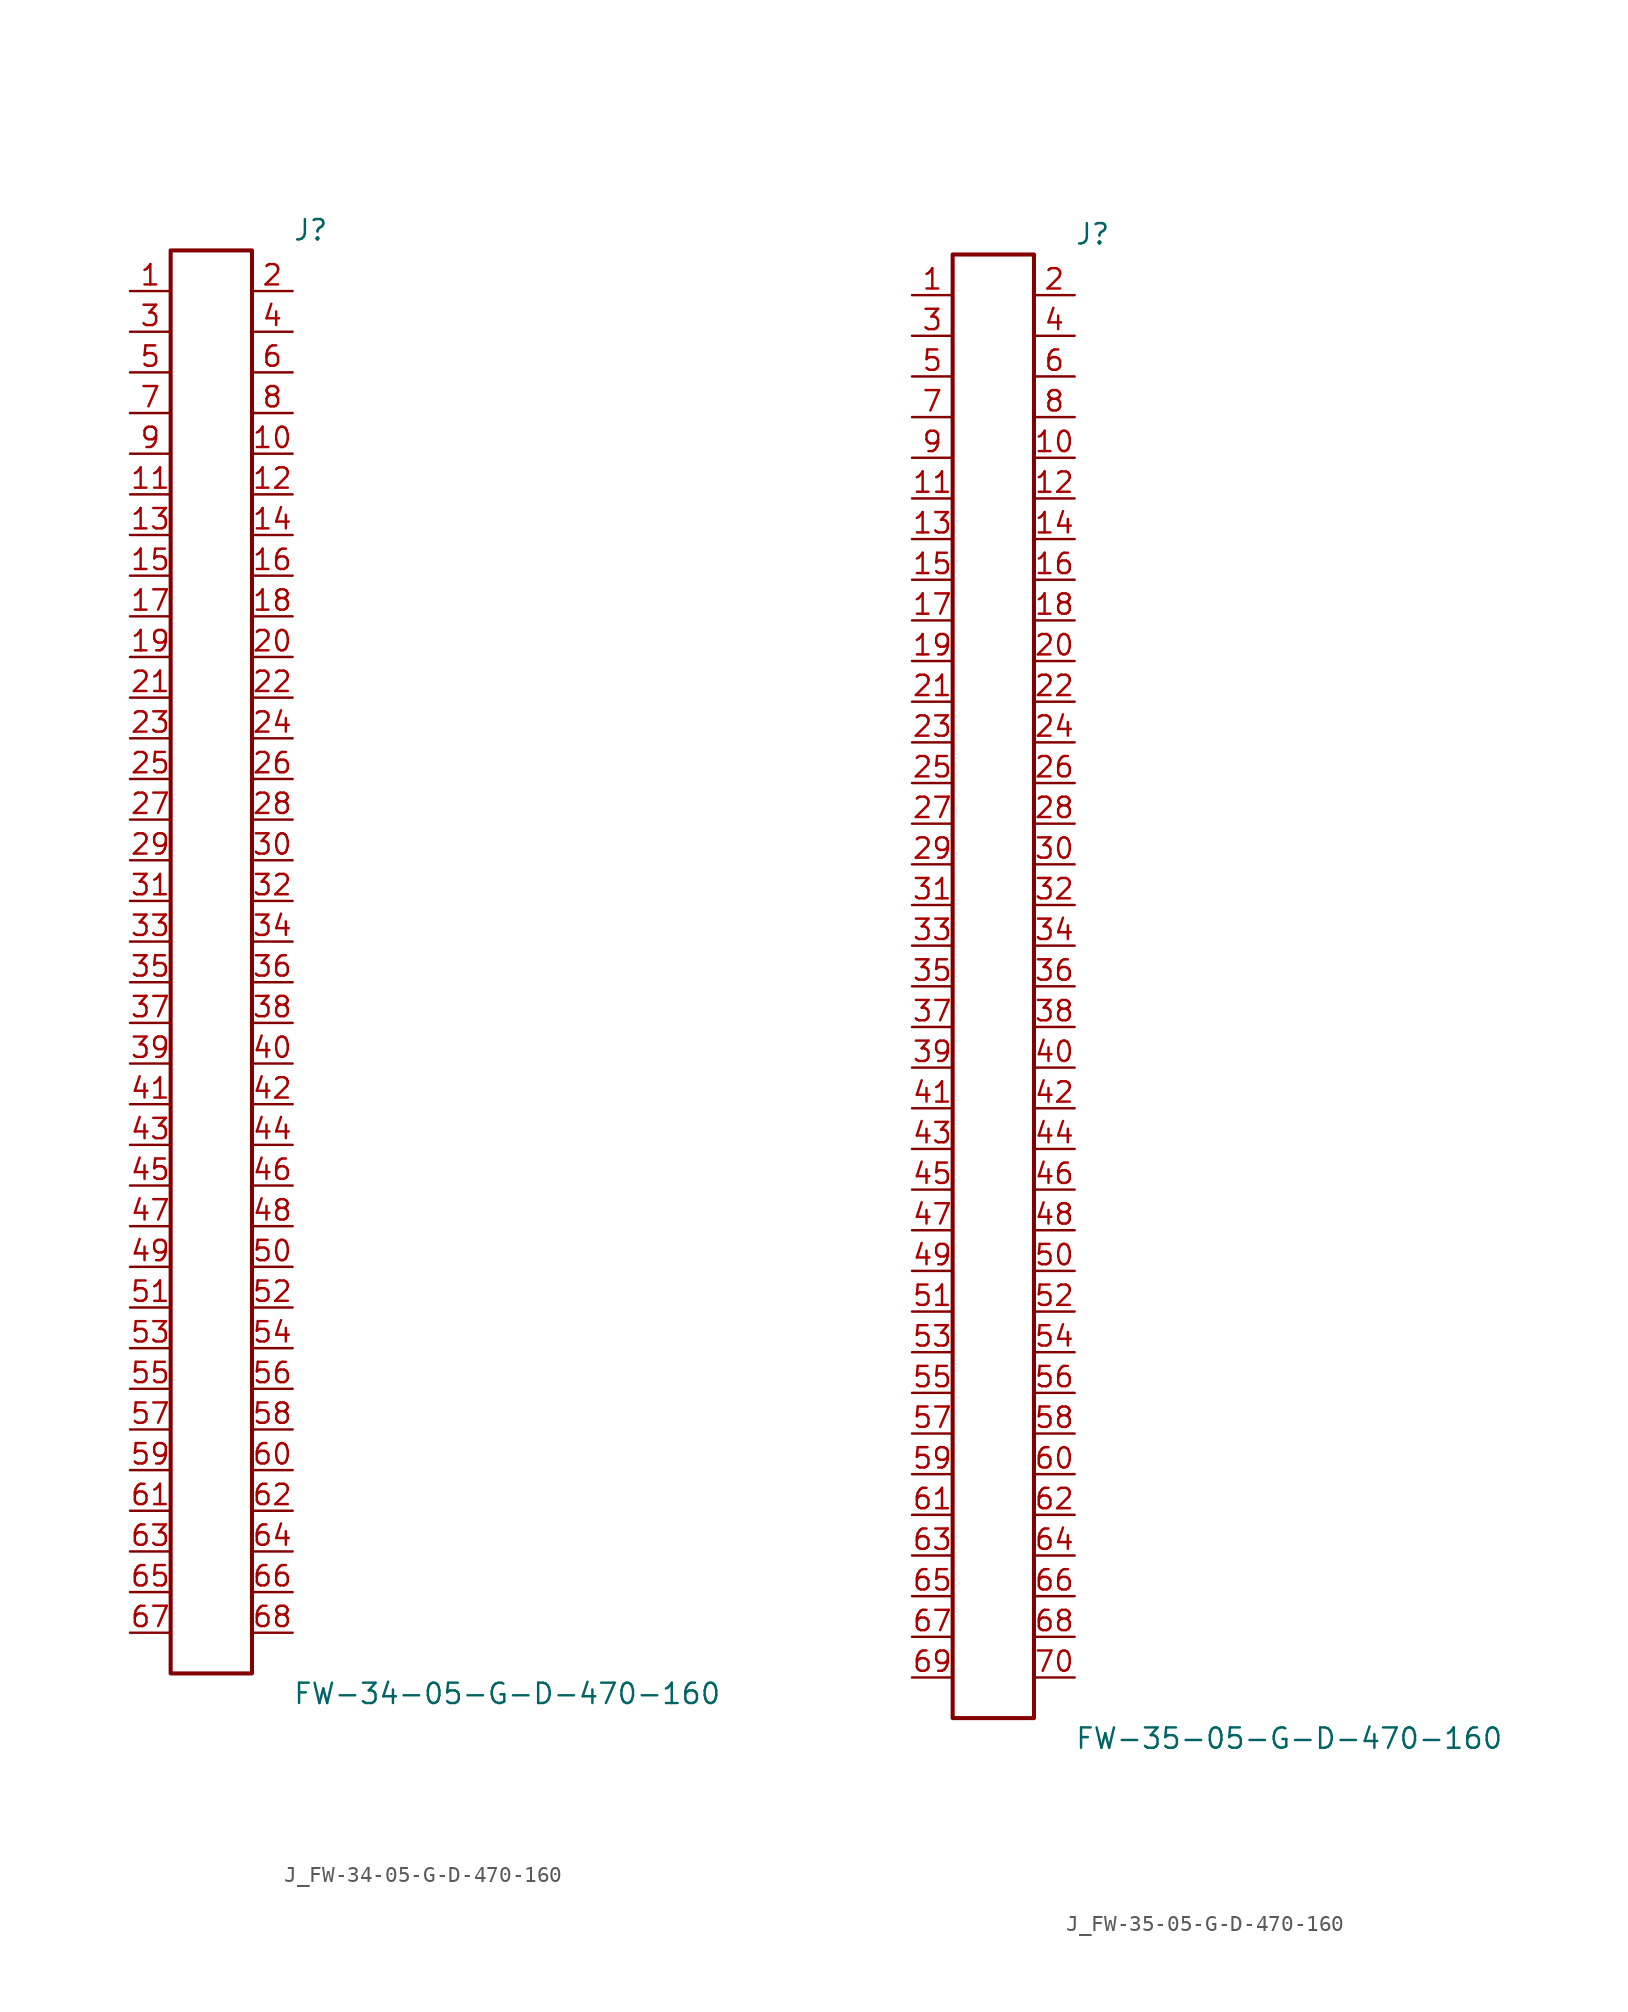
<source format=kicad_sym>
(kicad_symbol_lib
  (version 20231120)
  (generator kicad_symbol_editor)
  (generator_version 8.0)
  (symbol "J_FW-34-05-G-D-470-160"
    (pin_names
      (offset 0.254))
    (property "Reference" "J"
      (at 5.08 45.72 0)
      (effects (font (size 1.27 1.27)) (justify left)))
    (property "Value" "FW-34-05-G-D-470-160"
      (at 5.08 -45.72 0)
      (effects (font (size 1.27 1.27)) (justify left)))
    (symbol "J_FW-34-05-G-D-470-160_0_0"
      (pin unspecified line (at -5.08 41.91 0) (length 2.54) (name "" (effects (font (size 1.27 1.27)))) (number "1" (effects (font (size 1.27 1.27)))))
      (pin unspecified line (at 5.08 41.91 180) (length 2.54) (name "" (effects (font (size 1.27 1.27)))) (number "2" (effects (font (size 1.27 1.27)))))
      (pin unspecified line (at -5.08 39.37 0) (length 2.54) (name "" (effects (font (size 1.27 1.27)))) (number "3" (effects (font (size 1.27 1.27)))))
      (pin unspecified line (at 5.08 39.37 180) (length 2.54) (name "" (effects (font (size 1.27 1.27)))) (number "4" (effects (font (size 1.27 1.27)))))
      (pin unspecified line (at -5.08 36.83 0) (length 2.54) (name "" (effects (font (size 1.27 1.27)))) (number "5" (effects (font (size 1.27 1.27)))))
      (pin unspecified line (at 5.08 36.83 180) (length 2.54) (name "" (effects (font (size 1.27 1.27)))) (number "6" (effects (font (size 1.27 1.27)))))
      (pin unspecified line (at -5.08 34.29 0) (length 2.54) (name "" (effects (font (size 1.27 1.27)))) (number "7" (effects (font (size 1.27 1.27)))))
      (pin unspecified line (at 5.08 34.29 180) (length 2.54) (name "" (effects (font (size 1.27 1.27)))) (number "8" (effects (font (size 1.27 1.27)))))
      (pin unspecified line (at -5.08 31.75 0) (length 2.54) (name "" (effects (font (size 1.27 1.27)))) (number "9" (effects (font (size 1.27 1.27)))))
      (pin unspecified line (at 5.08 31.75 180) (length 2.54) (name "" (effects (font (size 1.27 1.27)))) (number "10" (effects (font (size 1.27 1.27)))))
      (pin unspecified line (at -5.08 29.21 0) (length 2.54) (name "" (effects (font (size 1.27 1.27)))) (number "11" (effects (font (size 1.27 1.27)))))
      (pin unspecified line (at 5.08 29.21 180) (length 2.54) (name "" (effects (font (size 1.27 1.27)))) (number "12" (effects (font (size 1.27 1.27)))))
      (pin unspecified line (at -5.08 26.67 0) (length 2.54) (name "" (effects (font (size 1.27 1.27)))) (number "13" (effects (font (size 1.27 1.27)))))
      (pin unspecified line (at 5.08 26.67 180) (length 2.54) (name "" (effects (font (size 1.27 1.27)))) (number "14" (effects (font (size 1.27 1.27)))))
      (pin unspecified line (at -5.08 24.13 0) (length 2.54) (name "" (effects (font (size 1.27 1.27)))) (number "15" (effects (font (size 1.27 1.27)))))
      (pin unspecified line (at 5.08 24.13 180) (length 2.54) (name "" (effects (font (size 1.27 1.27)))) (number "16" (effects (font (size 1.27 1.27)))))
      (pin unspecified line (at -5.08 21.59 0) (length 2.54) (name "" (effects (font (size 1.27 1.27)))) (number "17" (effects (font (size 1.27 1.27)))))
      (pin unspecified line (at 5.08 21.59 180) (length 2.54) (name "" (effects (font (size 1.27 1.27)))) (number "18" (effects (font (size 1.27 1.27)))))
      (pin unspecified line (at -5.08 19.05 0) (length 2.54) (name "" (effects (font (size 1.27 1.27)))) (number "19" (effects (font (size 1.27 1.27)))))
      (pin unspecified line (at 5.08 19.05 180) (length 2.54) (name "" (effects (font (size 1.27 1.27)))) (number "20" (effects (font (size 1.27 1.27)))))
      (pin unspecified line (at -5.08 16.51 0) (length 2.54) (name "" (effects (font (size 1.27 1.27)))) (number "21" (effects (font (size 1.27 1.27)))))
      (pin unspecified line (at 5.08 16.51 180) (length 2.54) (name "" (effects (font (size 1.27 1.27)))) (number "22" (effects (font (size 1.27 1.27)))))
      (pin unspecified line (at -5.08 13.97 0) (length 2.54) (name "" (effects (font (size 1.27 1.27)))) (number "23" (effects (font (size 1.27 1.27)))))
      (pin unspecified line (at 5.08 13.97 180) (length 2.54) (name "" (effects (font (size 1.27 1.27)))) (number "24" (effects (font (size 1.27 1.27)))))
      (pin unspecified line (at -5.08 11.43 0) (length 2.54) (name "" (effects (font (size 1.27 1.27)))) (number "25" (effects (font (size 1.27 1.27)))))
      (pin unspecified line (at 5.08 11.43 180) (length 2.54) (name "" (effects (font (size 1.27 1.27)))) (number "26" (effects (font (size 1.27 1.27)))))
      (pin unspecified line (at -5.08 8.89 0) (length 2.54) (name "" (effects (font (size 1.27 1.27)))) (number "27" (effects (font (size 1.27 1.27)))))
      (pin unspecified line (at 5.08 8.89 180) (length 2.54) (name "" (effects (font (size 1.27 1.27)))) (number "28" (effects (font (size 1.27 1.27)))))
      (pin unspecified line (at -5.08 6.35 0) (length 2.54) (name "" (effects (font (size 1.27 1.27)))) (number "29" (effects (font (size 1.27 1.27)))))
      (pin unspecified line (at 5.08 6.35 180) (length 2.54) (name "" (effects (font (size 1.27 1.27)))) (number "30" (effects (font (size 1.27 1.27)))))
      (pin unspecified line (at -5.08 3.81 0) (length 2.54) (name "" (effects (font (size 1.27 1.27)))) (number "31" (effects (font (size 1.27 1.27)))))
      (pin unspecified line (at 5.08 3.81 180) (length 2.54) (name "" (effects (font (size 1.27 1.27)))) (number "32" (effects (font (size 1.27 1.27)))))
      (pin unspecified line (at -5.08 1.27 0) (length 2.54) (name "" (effects (font (size 1.27 1.27)))) (number "33" (effects (font (size 1.27 1.27)))))
      (pin unspecified line (at 5.08 1.27 180) (length 2.54) (name "" (effects (font (size 1.27 1.27)))) (number "34" (effects (font (size 1.27 1.27)))))
      (pin unspecified line (at -5.08 -1.27 0) (length 2.54) (name "" (effects (font (size 1.27 1.27)))) (number "35" (effects (font (size 1.27 1.27)))))
      (pin unspecified line (at 5.08 -1.27 180) (length 2.54) (name "" (effects (font (size 1.27 1.27)))) (number "36" (effects (font (size 1.27 1.27)))))
      (pin unspecified line (at -5.08 -3.81 0) (length 2.54) (name "" (effects (font (size 1.27 1.27)))) (number "37" (effects (font (size 1.27 1.27)))))
      (pin unspecified line (at 5.08 -3.81 180) (length 2.54) (name "" (effects (font (size 1.27 1.27)))) (number "38" (effects (font (size 1.27 1.27)))))
      (pin unspecified line (at -5.08 -6.35 0) (length 2.54) (name "" (effects (font (size 1.27 1.27)))) (number "39" (effects (font (size 1.27 1.27)))))
      (pin unspecified line (at 5.08 -6.35 180) (length 2.54) (name "" (effects (font (size 1.27 1.27)))) (number "40" (effects (font (size 1.27 1.27)))))
      (pin unspecified line (at -5.08 -8.89 0) (length 2.54) (name "" (effects (font (size 1.27 1.27)))) (number "41" (effects (font (size 1.27 1.27)))))
      (pin unspecified line (at 5.08 -8.89 180) (length 2.54) (name "" (effects (font (size 1.27 1.27)))) (number "42" (effects (font (size 1.27 1.27)))))
      (pin unspecified line (at -5.08 -11.43 0) (length 2.54) (name "" (effects (font (size 1.27 1.27)))) (number "43" (effects (font (size 1.27 1.27)))))
      (pin unspecified line (at 5.08 -11.43 180) (length 2.54) (name "" (effects (font (size 1.27 1.27)))) (number "44" (effects (font (size 1.27 1.27)))))
      (pin unspecified line (at -5.08 -13.97 0) (length 2.54) (name "" (effects (font (size 1.27 1.27)))) (number "45" (effects (font (size 1.27 1.27)))))
      (pin unspecified line (at 5.08 -13.97 180) (length 2.54) (name "" (effects (font (size 1.27 1.27)))) (number "46" (effects (font (size 1.27 1.27)))))
      (pin unspecified line (at -5.08 -16.51 0) (length 2.54) (name "" (effects (font (size 1.27 1.27)))) (number "47" (effects (font (size 1.27 1.27)))))
      (pin unspecified line (at 5.08 -16.51 180) (length 2.54) (name "" (effects (font (size 1.27 1.27)))) (number "48" (effects (font (size 1.27 1.27)))))
      (pin unspecified line (at -5.08 -19.05 0) (length 2.54) (name "" (effects (font (size 1.27 1.27)))) (number "49" (effects (font (size 1.27 1.27)))))
      (pin unspecified line (at 5.08 -19.05 180) (length 2.54) (name "" (effects (font (size 1.27 1.27)))) (number "50" (effects (font (size 1.27 1.27)))))
      (pin unspecified line (at -5.08 -21.59 0) (length 2.54) (name "" (effects (font (size 1.27 1.27)))) (number "51" (effects (font (size 1.27 1.27)))))
      (pin unspecified line (at 5.08 -21.59 180) (length 2.54) (name "" (effects (font (size 1.27 1.27)))) (number "52" (effects (font (size 1.27 1.27)))))
      (pin unspecified line (at -5.08 -24.13 0) (length 2.54) (name "" (effects (font (size 1.27 1.27)))) (number "53" (effects (font (size 1.27 1.27)))))
      (pin unspecified line (at 5.08 -24.13 180) (length 2.54) (name "" (effects (font (size 1.27 1.27)))) (number "54" (effects (font (size 1.27 1.27)))))
      (pin unspecified line (at -5.08 -26.67 0) (length 2.54) (name "" (effects (font (size 1.27 1.27)))) (number "55" (effects (font (size 1.27 1.27)))))
      (pin unspecified line (at 5.08 -26.67 180) (length 2.54) (name "" (effects (font (size 1.27 1.27)))) (number "56" (effects (font (size 1.27 1.27)))))
      (pin unspecified line (at -5.08 -29.21 0) (length 2.54) (name "" (effects (font (size 1.27 1.27)))) (number "57" (effects (font (size 1.27 1.27)))))
      (pin unspecified line (at 5.08 -29.21 180) (length 2.54) (name "" (effects (font (size 1.27 1.27)))) (number "58" (effects (font (size 1.27 1.27)))))
      (pin unspecified line (at -5.08 -31.75 0) (length 2.54) (name "" (effects (font (size 1.27 1.27)))) (number "59" (effects (font (size 1.27 1.27)))))
      (pin unspecified line (at 5.08 -31.75 180) (length 2.54) (name "" (effects (font (size 1.27 1.27)))) (number "60" (effects (font (size 1.27 1.27)))))
      (pin unspecified line (at -5.08 -34.29 0) (length 2.54) (name "" (effects (font (size 1.27 1.27)))) (number "61" (effects (font (size 1.27 1.27)))))
      (pin unspecified line (at 5.08 -34.29 180) (length 2.54) (name "" (effects (font (size 1.27 1.27)))) (number "62" (effects (font (size 1.27 1.27)))))
      (pin unspecified line (at -5.08 -36.83 0) (length 2.54) (name "" (effects (font (size 1.27 1.27)))) (number "63" (effects (font (size 1.27 1.27)))))
      (pin unspecified line (at 5.08 -36.83 180) (length 2.54) (name "" (effects (font (size 1.27 1.27)))) (number "64" (effects (font (size 1.27 1.27)))))
      (pin unspecified line (at -5.08 -39.37 0) (length 2.54) (name "" (effects (font (size 1.27 1.27)))) (number "65" (effects (font (size 1.27 1.27)))))
      (pin unspecified line (at 5.08 -39.37 180) (length 2.54) (name "" (effects (font (size 1.27 1.27)))) (number "66" (effects (font (size 1.27 1.27)))))
      (pin unspecified line (at -5.08 -41.91 0) (length 2.54) (name "" (effects (font (size 1.27 1.27)))) (number "67" (effects (font (size 1.27 1.27)))))
      (pin unspecified line (at 5.08 -41.91 180) (length 2.54) (name "" (effects (font (size 1.27 1.27)))) (number "68" (effects (font (size 1.27 1.27))))))
    (symbol "J_FW-34-05-G-D-470-160_1_0"
      (rectangle (start -2.54 44.45) (end 2.54 -44.45) (stroke (width 0.254) (type solid)) (fill (type none)))))
  (symbol "J_FW-35-05-G-D-470-160"
    (pin_names
      (offset 0.254))
    (property "Reference" "J"
      (at 5.08 46.99 0)
      (effects (font (size 1.27 1.27)) (justify left)))
    (property "Value" "FW-35-05-G-D-470-160"
      (at 5.08 -46.99 0)
      (effects (font (size 1.27 1.27)) (justify left)))
    (symbol "J_FW-35-05-G-D-470-160_0_0"
      (pin unspecified line (at -5.08 43.18 0) (length 2.54) (name "" (effects (font (size 1.27 1.27)))) (number "1" (effects (font (size 1.27 1.27)))))
      (pin unspecified line (at 5.08 43.18 180) (length 2.54) (name "" (effects (font (size 1.27 1.27)))) (number "2" (effects (font (size 1.27 1.27)))))
      (pin unspecified line (at -5.08 40.64 0) (length 2.54) (name "" (effects (font (size 1.27 1.27)))) (number "3" (effects (font (size 1.27 1.27)))))
      (pin unspecified line (at 5.08 40.64 180) (length 2.54) (name "" (effects (font (size 1.27 1.27)))) (number "4" (effects (font (size 1.27 1.27)))))
      (pin unspecified line (at -5.08 38.1 0) (length 2.54) (name "" (effects (font (size 1.27 1.27)))) (number "5" (effects (font (size 1.27 1.27)))))
      (pin unspecified line (at 5.08 38.1 180) (length 2.54) (name "" (effects (font (size 1.27 1.27)))) (number "6" (effects (font (size 1.27 1.27)))))
      (pin unspecified line (at -5.08 35.56 0) (length 2.54) (name "" (effects (font (size 1.27 1.27)))) (number "7" (effects (font (size 1.27 1.27)))))
      (pin unspecified line (at 5.08 35.56 180) (length 2.54) (name "" (effects (font (size 1.27 1.27)))) (number "8" (effects (font (size 1.27 1.27)))))
      (pin unspecified line (at -5.08 33.02 0) (length 2.54) (name "" (effects (font (size 1.27 1.27)))) (number "9" (effects (font (size 1.27 1.27)))))
      (pin unspecified line (at 5.08 33.02 180) (length 2.54) (name "" (effects (font (size 1.27 1.27)))) (number "10" (effects (font (size 1.27 1.27)))))
      (pin unspecified line (at -5.08 30.48 0) (length 2.54) (name "" (effects (font (size 1.27 1.27)))) (number "11" (effects (font (size 1.27 1.27)))))
      (pin unspecified line (at 5.08 30.48 180) (length 2.54) (name "" (effects (font (size 1.27 1.27)))) (number "12" (effects (font (size 1.27 1.27)))))
      (pin unspecified line (at -5.08 27.94 0) (length 2.54) (name "" (effects (font (size 1.27 1.27)))) (number "13" (effects (font (size 1.27 1.27)))))
      (pin unspecified line (at 5.08 27.94 180) (length 2.54) (name "" (effects (font (size 1.27 1.27)))) (number "14" (effects (font (size 1.27 1.27)))))
      (pin unspecified line (at -5.08 25.4 0) (length 2.54) (name "" (effects (font (size 1.27 1.27)))) (number "15" (effects (font (size 1.27 1.27)))))
      (pin unspecified line (at 5.08 25.4 180) (length 2.54) (name "" (effects (font (size 1.27 1.27)))) (number "16" (effects (font (size 1.27 1.27)))))
      (pin unspecified line (at -5.08 22.86 0) (length 2.54) (name "" (effects (font (size 1.27 1.27)))) (number "17" (effects (font (size 1.27 1.27)))))
      (pin unspecified line (at 5.08 22.86 180) (length 2.54) (name "" (effects (font (size 1.27 1.27)))) (number "18" (effects (font (size 1.27 1.27)))))
      (pin unspecified line (at -5.08 20.32 0) (length 2.54) (name "" (effects (font (size 1.27 1.27)))) (number "19" (effects (font (size 1.27 1.27)))))
      (pin unspecified line (at 5.08 20.32 180) (length 2.54) (name "" (effects (font (size 1.27 1.27)))) (number "20" (effects (font (size 1.27 1.27)))))
      (pin unspecified line (at -5.08 17.78 0) (length 2.54) (name "" (effects (font (size 1.27 1.27)))) (number "21" (effects (font (size 1.27 1.27)))))
      (pin unspecified line (at 5.08 17.78 180) (length 2.54) (name "" (effects (font (size 1.27 1.27)))) (number "22" (effects (font (size 1.27 1.27)))))
      (pin unspecified line (at -5.08 15.24 0) (length 2.54) (name "" (effects (font (size 1.27 1.27)))) (number "23" (effects (font (size 1.27 1.27)))))
      (pin unspecified line (at 5.08 15.24 180) (length 2.54) (name "" (effects (font (size 1.27 1.27)))) (number "24" (effects (font (size 1.27 1.27)))))
      (pin unspecified line (at -5.08 12.7 0) (length 2.54) (name "" (effects (font (size 1.27 1.27)))) (number "25" (effects (font (size 1.27 1.27)))))
      (pin unspecified line (at 5.08 12.7 180) (length 2.54) (name "" (effects (font (size 1.27 1.27)))) (number "26" (effects (font (size 1.27 1.27)))))
      (pin unspecified line (at -5.08 10.16 0) (length 2.54) (name "" (effects (font (size 1.27 1.27)))) (number "27" (effects (font (size 1.27 1.27)))))
      (pin unspecified line (at 5.08 10.16 180) (length 2.54) (name "" (effects (font (size 1.27 1.27)))) (number "28" (effects (font (size 1.27 1.27)))))
      (pin unspecified line (at -5.08 7.62 0) (length 2.54) (name "" (effects (font (size 1.27 1.27)))) (number "29" (effects (font (size 1.27 1.27)))))
      (pin unspecified line (at 5.08 7.62 180) (length 2.54) (name "" (effects (font (size 1.27 1.27)))) (number "30" (effects (font (size 1.27 1.27)))))
      (pin unspecified line (at -5.08 5.08 0) (length 2.54) (name "" (effects (font (size 1.27 1.27)))) (number "31" (effects (font (size 1.27 1.27)))))
      (pin unspecified line (at 5.08 5.08 180) (length 2.54) (name "" (effects (font (size 1.27 1.27)))) (number "32" (effects (font (size 1.27 1.27)))))
      (pin unspecified line (at -5.08 2.54 0) (length 2.54) (name "" (effects (font (size 1.27 1.27)))) (number "33" (effects (font (size 1.27 1.27)))))
      (pin unspecified line (at 5.08 2.54 180) (length 2.54) (name "" (effects (font (size 1.27 1.27)))) (number "34" (effects (font (size 1.27 1.27)))))
      (pin unspecified line (at -5.08 0.0 0) (length 2.54) (name "" (effects (font (size 1.27 1.27)))) (number "35" (effects (font (size 1.27 1.27)))))
      (pin unspecified line (at 5.08 0.0 180) (length 2.54) (name "" (effects (font (size 1.27 1.27)))) (number "36" (effects (font (size 1.27 1.27)))))
      (pin unspecified line (at -5.08 -2.54 0) (length 2.54) (name "" (effects (font (size 1.27 1.27)))) (number "37" (effects (font (size 1.27 1.27)))))
      (pin unspecified line (at 5.08 -2.54 180) (length 2.54) (name "" (effects (font (size 1.27 1.27)))) (number "38" (effects (font (size 1.27 1.27)))))
      (pin unspecified line (at -5.08 -5.08 0) (length 2.54) (name "" (effects (font (size 1.27 1.27)))) (number "39" (effects (font (size 1.27 1.27)))))
      (pin unspecified line (at 5.08 -5.08 180) (length 2.54) (name "" (effects (font (size 1.27 1.27)))) (number "40" (effects (font (size 1.27 1.27)))))
      (pin unspecified line (at -5.08 -7.62 0) (length 2.54) (name "" (effects (font (size 1.27 1.27)))) (number "41" (effects (font (size 1.27 1.27)))))
      (pin unspecified line (at 5.08 -7.62 180) (length 2.54) (name "" (effects (font (size 1.27 1.27)))) (number "42" (effects (font (size 1.27 1.27)))))
      (pin unspecified line (at -5.08 -10.16 0) (length 2.54) (name "" (effects (font (size 1.27 1.27)))) (number "43" (effects (font (size 1.27 1.27)))))
      (pin unspecified line (at 5.08 -10.16 180) (length 2.54) (name "" (effects (font (size 1.27 1.27)))) (number "44" (effects (font (size 1.27 1.27)))))
      (pin unspecified line (at -5.08 -12.7 0) (length 2.54) (name "" (effects (font (size 1.27 1.27)))) (number "45" (effects (font (size 1.27 1.27)))))
      (pin unspecified line (at 5.08 -12.7 180) (length 2.54) (name "" (effects (font (size 1.27 1.27)))) (number "46" (effects (font (size 1.27 1.27)))))
      (pin unspecified line (at -5.08 -15.24 0) (length 2.54) (name "" (effects (font (size 1.27 1.27)))) (number "47" (effects (font (size 1.27 1.27)))))
      (pin unspecified line (at 5.08 -15.24 180) (length 2.54) (name "" (effects (font (size 1.27 1.27)))) (number "48" (effects (font (size 1.27 1.27)))))
      (pin unspecified line (at -5.08 -17.78 0) (length 2.54) (name "" (effects (font (size 1.27 1.27)))) (number "49" (effects (font (size 1.27 1.27)))))
      (pin unspecified line (at 5.08 -17.78 180) (length 2.54) (name "" (effects (font (size 1.27 1.27)))) (number "50" (effects (font (size 1.27 1.27)))))
      (pin unspecified line (at -5.08 -20.32 0) (length 2.54) (name "" (effects (font (size 1.27 1.27)))) (number "51" (effects (font (size 1.27 1.27)))))
      (pin unspecified line (at 5.08 -20.32 180) (length 2.54) (name "" (effects (font (size 1.27 1.27)))) (number "52" (effects (font (size 1.27 1.27)))))
      (pin unspecified line (at -5.08 -22.86 0) (length 2.54) (name "" (effects (font (size 1.27 1.27)))) (number "53" (effects (font (size 1.27 1.27)))))
      (pin unspecified line (at 5.08 -22.86 180) (length 2.54) (name "" (effects (font (size 1.27 1.27)))) (number "54" (effects (font (size 1.27 1.27)))))
      (pin unspecified line (at -5.08 -25.4 0) (length 2.54) (name "" (effects (font (size 1.27 1.27)))) (number "55" (effects (font (size 1.27 1.27)))))
      (pin unspecified line (at 5.08 -25.4 180) (length 2.54) (name "" (effects (font (size 1.27 1.27)))) (number "56" (effects (font (size 1.27 1.27)))))
      (pin unspecified line (at -5.08 -27.94 0) (length 2.54) (name "" (effects (font (size 1.27 1.27)))) (number "57" (effects (font (size 1.27 1.27)))))
      (pin unspecified line (at 5.08 -27.94 180) (length 2.54) (name "" (effects (font (size 1.27 1.27)))) (number "58" (effects (font (size 1.27 1.27)))))
      (pin unspecified line (at -5.08 -30.48 0) (length 2.54) (name "" (effects (font (size 1.27 1.27)))) (number "59" (effects (font (size 1.27 1.27)))))
      (pin unspecified line (at 5.08 -30.48 180) (length 2.54) (name "" (effects (font (size 1.27 1.27)))) (number "60" (effects (font (size 1.27 1.27)))))
      (pin unspecified line (at -5.08 -33.02 0) (length 2.54) (name "" (effects (font (size 1.27 1.27)))) (number "61" (effects (font (size 1.27 1.27)))))
      (pin unspecified line (at 5.08 -33.02 180) (length 2.54) (name "" (effects (font (size 1.27 1.27)))) (number "62" (effects (font (size 1.27 1.27)))))
      (pin unspecified line (at -5.08 -35.56 0) (length 2.54) (name "" (effects (font (size 1.27 1.27)))) (number "63" (effects (font (size 1.27 1.27)))))
      (pin unspecified line (at 5.08 -35.56 180) (length 2.54) (name "" (effects (font (size 1.27 1.27)))) (number "64" (effects (font (size 1.27 1.27)))))
      (pin unspecified line (at -5.08 -38.1 0) (length 2.54) (name "" (effects (font (size 1.27 1.27)))) (number "65" (effects (font (size 1.27 1.27)))))
      (pin unspecified line (at 5.08 -38.1 180) (length 2.54) (name "" (effects (font (size 1.27 1.27)))) (number "66" (effects (font (size 1.27 1.27)))))
      (pin unspecified line (at -5.08 -40.64 0) (length 2.54) (name "" (effects (font (size 1.27 1.27)))) (number "67" (effects (font (size 1.27 1.27)))))
      (pin unspecified line (at 5.08 -40.64 180) (length 2.54) (name "" (effects (font (size 1.27 1.27)))) (number "68" (effects (font (size 1.27 1.27)))))
      (pin unspecified line (at -5.08 -43.18 0) (length 2.54) (name "" (effects (font (size 1.27 1.27)))) (number "69" (effects (font (size 1.27 1.27)))))
      (pin unspecified line (at 5.08 -43.18 180) (length 2.54) (name "" (effects (font (size 1.27 1.27)))) (number "70" (effects (font (size 1.27 1.27))))))
    (symbol "J_FW-35-05-G-D-470-160_1_0"
      (rectangle (start -2.54 45.72) (end 2.54 -45.72) (stroke (width 0.254) (type solid)) (fill (type none))))))
</source>
